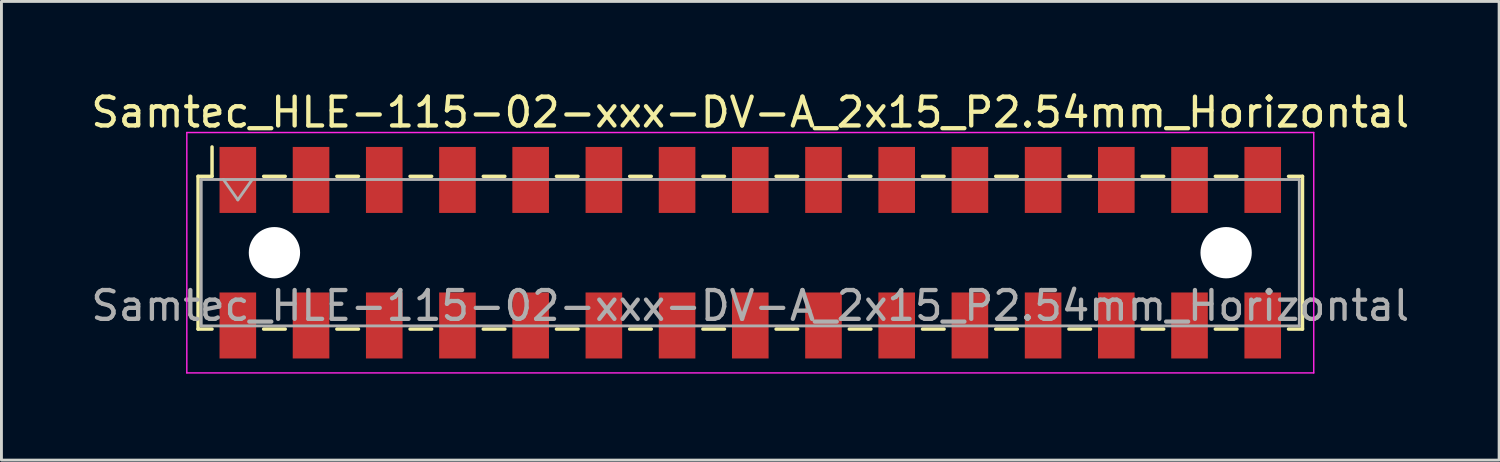
<source format=kicad_pcb>
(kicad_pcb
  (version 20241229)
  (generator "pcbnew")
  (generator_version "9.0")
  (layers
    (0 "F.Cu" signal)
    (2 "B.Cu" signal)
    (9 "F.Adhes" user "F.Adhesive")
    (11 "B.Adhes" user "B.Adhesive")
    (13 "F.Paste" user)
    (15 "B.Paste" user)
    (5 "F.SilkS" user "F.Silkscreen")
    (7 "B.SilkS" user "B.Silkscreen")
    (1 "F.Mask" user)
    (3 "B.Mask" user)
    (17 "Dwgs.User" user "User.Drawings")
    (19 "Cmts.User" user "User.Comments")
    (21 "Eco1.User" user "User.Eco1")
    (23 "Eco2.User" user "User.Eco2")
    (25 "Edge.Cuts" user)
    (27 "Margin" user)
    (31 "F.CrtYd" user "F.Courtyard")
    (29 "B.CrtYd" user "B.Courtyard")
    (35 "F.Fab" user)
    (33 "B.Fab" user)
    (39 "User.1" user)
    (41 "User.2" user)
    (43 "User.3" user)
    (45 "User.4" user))
  (footprint "Samtec_HLE-115-02-xxx-DV-A_2x15_P2.54mm_Horizontal"
    (layer "F.Cu")
    (at 22.982 5.718)
    (property "Reference" "Samtec_HLE-115-02-xxx-DV-A_2x15_P2.54mm_Horizontal" (at 0 -4.87 0) (layer "F.SilkS") (effects (font (size 1 1) (thickness 0.15))))
    (attr smd)
    (fp_line (start -19.16 -2.65) (end -19.16 2.65) (stroke (width 0.12) (type solid)) (layer "F.SilkS"))
    (fp_line (start -19.16 2.65) (end -18.675 2.65) (stroke (width 0.12) (type solid)) (layer "F.SilkS"))
    (fp_line (start -18.675 -3.67) (end -18.675 -2.65) (stroke (width 0.12) (type solid)) (layer "F.SilkS"))
    (fp_line (start -18.675 -2.65) (end -19.16 -2.65) (stroke (width 0.12) (type solid)) (layer "F.SilkS"))
    (fp_line (start -16.885 -2.65) (end -16.135 -2.65) (stroke (width 0.12) (type solid)) (layer "F.SilkS"))
    (fp_line (start -16.885 2.65) (end -16.135 2.65) (stroke (width 0.12) (type solid)) (layer "F.SilkS"))
    (fp_line (start -14.345 -2.65) (end -13.595 -2.65) (stroke (width 0.12) (type solid)) (layer "F.SilkS"))
    (fp_line (start -14.345 2.65) (end -13.595 2.65) (stroke (width 0.12) (type solid)) (layer "F.SilkS"))
    (fp_line (start -11.805 -2.65) (end -11.055 -2.65) (stroke (width 0.12) (type solid)) (layer "F.SilkS"))
    (fp_line (start -11.805 2.65) (end -11.055 2.65) (stroke (width 0.12) (type solid)) (layer "F.SilkS"))
    (fp_line (start -9.265 -2.65) (end -8.515 -2.65) (stroke (width 0.12) (type solid)) (layer "F.SilkS"))
    (fp_line (start -9.265 2.65) (end -8.515 2.65) (stroke (width 0.12) (type solid)) (layer "F.SilkS"))
    (fp_line (start -6.725 -2.65) (end -5.975 -2.65) (stroke (width 0.12) (type solid)) (layer "F.SilkS"))
    (fp_line (start -6.725 2.65) (end -5.975 2.65) (stroke (width 0.12) (type solid)) (layer "F.SilkS"))
    (fp_line (start -4.185 -2.65) (end -3.435 -2.65) (stroke (width 0.12) (type solid)) (layer "F.SilkS"))
    (fp_line (start -4.185 2.65) (end -3.435 2.65) (stroke (width 0.12) (type solid)) (layer "F.SilkS"))
    (fp_line (start -1.645 -2.65) (end -0.895 -2.65) (stroke (width 0.12) (type solid)) (layer "F.SilkS"))
    (fp_line (start -1.645 2.65) (end -0.895 2.65) (stroke (width 0.12) (type solid)) (layer "F.SilkS"))
    (fp_line (start 0.895 -2.65) (end 1.645 -2.65) (stroke (width 0.12) (type solid)) (layer "F.SilkS"))
    (fp_line (start 0.895 2.65) (end 1.645 2.65) (stroke (width 0.12) (type solid)) (layer "F.SilkS"))
    (fp_line (start 3.435 -2.65) (end 4.185 -2.65) (stroke (width 0.12) (type solid)) (layer "F.SilkS"))
    (fp_line (start 3.435 2.65) (end 4.185 2.65) (stroke (width 0.12) (type solid)) (layer "F.SilkS"))
    (fp_line (start 5.975 -2.65) (end 6.725 -2.65) (stroke (width 0.12) (type solid)) (layer "F.SilkS"))
    (fp_line (start 5.975 2.65) (end 6.725 2.65) (stroke (width 0.12) (type solid)) (layer "F.SilkS"))
    (fp_line (start 8.515 -2.65) (end 9.265 -2.65) (stroke (width 0.12) (type solid)) (layer "F.SilkS"))
    (fp_line (start 8.515 2.65) (end 9.265 2.65) (stroke (width 0.12) (type solid)) (layer "F.SilkS"))
    (fp_line (start 11.055 -2.65) (end 11.805 -2.65) (stroke (width 0.12) (type solid)) (layer "F.SilkS"))
    (fp_line (start 11.055 2.65) (end 11.805 2.65) (stroke (width 0.12) (type solid)) (layer "F.SilkS"))
    (fp_line (start 13.595 -2.65) (end 14.345 -2.65) (stroke (width 0.12) (type solid)) (layer "F.SilkS"))
    (fp_line (start 13.595 2.65) (end 14.345 2.65) (stroke (width 0.12) (type solid)) (layer "F.SilkS"))
    (fp_line (start 16.135 -2.65) (end 16.885 -2.65) (stroke (width 0.12) (type solid)) (layer "F.SilkS"))
    (fp_line (start 16.135 2.65) (end 16.885 2.65) (stroke (width 0.12) (type solid)) (layer "F.SilkS"))
    (fp_line (start 18.675 -2.65) (end 19.16 -2.65) (stroke (width 0.12) (type solid)) (layer "F.SilkS"))
    (fp_line (start 19.16 -2.65) (end 19.16 2.65) (stroke (width 0.12) (type solid)) (layer "F.SilkS"))
    (fp_line (start 19.16 2.65) (end 18.675 2.65) (stroke (width 0.12) (type solid)) (layer "F.SilkS"))
    (fp_line (start -19.55 -4.17) (end 19.55 -4.17) (stroke (width 0.05) (type solid)) (layer "F.CrtYd"))
    (fp_line (start -19.55 4.17) (end -19.55 -4.17) (stroke (width 0.05) (type solid)) (layer "F.CrtYd"))
    (fp_line (start 19.55 -4.17) (end 19.55 4.17) (stroke (width 0.05) (type solid)) (layer "F.CrtYd"))
    (fp_line (start 19.55 4.17) (end -19.55 4.17) (stroke (width 0.05) (type solid)) (layer "F.CrtYd"))
    (fp_line (start -19.05 -2.54) (end 19.05 -2.54) (stroke (width 0.1) (type solid)) (layer "F.Fab"))
    (fp_line (start -19.05 2.54) (end -19.05 -2.54) (stroke (width 0.1) (type solid)) (layer "F.Fab"))
    (fp_line (start -18.28 -2.54) (end -17.78 -1.833) (stroke (width 0.1) (type solid)) (layer "F.Fab"))
    (fp_line (start -17.78 -1.833) (end -17.28 -2.54) (stroke (width 0.1) (type solid)) (layer "F.Fab"))
    (fp_line (start 19.05 -2.54) (end 19.05 2.54) (stroke (width 0.1) (type solid)) (layer "F.Fab"))
    (fp_line (start 19.05 2.54) (end -19.05 2.54) (stroke (width 0.1) (type solid)) (layer "F.Fab"))
    (fp_text user "${REFERENCE}" (at 0 1.84 0) (layer "F.Fab") (effects (font (size 1 1) (thickness 0.15))))
    (pad "" np_thru_hole circle (at -16.51 0) (size 1.78 1.78) (drill 1.78) (layers "*.Cu" "*.Mask"))
    (pad "" np_thru_hole circle (at 16.51 0) (size 1.78 1.78) (drill 1.78) (layers "*.Cu" "*.Mask"))
    (pad "1" smd rect (at -17.78 -2.525) (size 1.27 2.29) (layers "F.Cu" "F.Mask" "F.Paste"))
    (pad "2" smd rect (at -17.78 2.525) (size 1.27 2.29) (layers "F.Cu" "F.Mask" "F.Paste"))
    (pad "3" smd rect (at -15.24 -2.525) (size 1.27 2.29) (layers "F.Cu" "F.Mask" "F.Paste"))
    (pad "4" smd rect (at -15.24 2.525) (size 1.27 2.29) (layers "F.Cu" "F.Mask" "F.Paste"))
    (pad "5" smd rect (at -12.7 -2.525) (size 1.27 2.29) (layers "F.Cu" "F.Mask" "F.Paste"))
    (pad "6" smd rect (at -12.7 2.525) (size 1.27 2.29) (layers "F.Cu" "F.Mask" "F.Paste"))
    (pad "7" smd rect (at -10.16 -2.525) (size 1.27 2.29) (layers "F.Cu" "F.Mask" "F.Paste"))
    (pad "8" smd rect (at -10.16 2.525) (size 1.27 2.29) (layers "F.Cu" "F.Mask" "F.Paste"))
    (pad "9" smd rect (at -7.62 -2.525) (size 1.27 2.29) (layers "F.Cu" "F.Mask" "F.Paste"))
    (pad "10" smd rect (at -7.62 2.525) (size 1.27 2.29) (layers "F.Cu" "F.Mask" "F.Paste"))
    (pad "11" smd rect (at -5.08 -2.525) (size 1.27 2.29) (layers "F.Cu" "F.Mask" "F.Paste"))
    (pad "12" smd rect (at -5.08 2.525) (size 1.27 2.29) (layers "F.Cu" "F.Mask" "F.Paste"))
    (pad "13" smd rect (at -2.54 -2.525) (size 1.27 2.29) (layers "F.Cu" "F.Mask" "F.Paste"))
    (pad "14" smd rect (at -2.54 2.525) (size 1.27 2.29) (layers "F.Cu" "F.Mask" "F.Paste"))
    (pad "15" smd rect (at 0 -2.525) (size 1.27 2.29) (layers "F.Cu" "F.Mask" "F.Paste"))
    (pad "16" smd rect (at 0 2.525) (size 1.27 2.29) (layers "F.Cu" "F.Mask" "F.Paste"))
    (pad "17" smd rect (at 2.54 -2.525) (size 1.27 2.29) (layers "F.Cu" "F.Mask" "F.Paste"))
    (pad "18" smd rect (at 2.54 2.525) (size 1.27 2.29) (layers "F.Cu" "F.Mask" "F.Paste"))
    (pad "19" smd rect (at 5.08 -2.525) (size 1.27 2.29) (layers "F.Cu" "F.Mask" "F.Paste"))
    (pad "20" smd rect (at 5.08 2.525) (size 1.27 2.29) (layers "F.Cu" "F.Mask" "F.Paste"))
    (pad "21" smd rect (at 7.62 -2.525) (size 1.27 2.29) (layers "F.Cu" "F.Mask" "F.Paste"))
    (pad "22" smd rect (at 7.62 2.525) (size 1.27 2.29) (layers "F.Cu" "F.Mask" "F.Paste"))
    (pad "23" smd rect (at 10.16 -2.525) (size 1.27 2.29) (layers "F.Cu" "F.Mask" "F.Paste"))
    (pad "24" smd rect (at 10.16 2.525) (size 1.27 2.29) (layers "F.Cu" "F.Mask" "F.Paste"))
    (pad "25" smd rect (at 12.7 -2.525) (size 1.27 2.29) (layers "F.Cu" "F.Mask" "F.Paste"))
    (pad "26" smd rect (at 12.7 2.525) (size 1.27 2.29) (layers "F.Cu" "F.Mask" "F.Paste"))
    (pad "27" smd rect (at 15.24 -2.525) (size 1.27 2.29) (layers "F.Cu" "F.Mask" "F.Paste"))
    (pad "28" smd rect (at 15.24 2.525) (size 1.27 2.29) (layers "F.Cu" "F.Mask" "F.Paste"))
    (pad "29" smd rect (at 17.78 -2.525) (size 1.27 2.29) (layers "F.Cu" "F.Mask" "F.Paste"))
    (pad "30" smd rect (at 17.78 2.525) (size 1.27 2.29) (layers "F.Cu" "F.Mask" "F.Paste")))
  (gr_rect
    (start -3 -3)
    (end 48.964 12.913)
    (stroke (width 0.1) (type default))
    (fill no)
    (layer "Edge.Cuts")))
</source>
